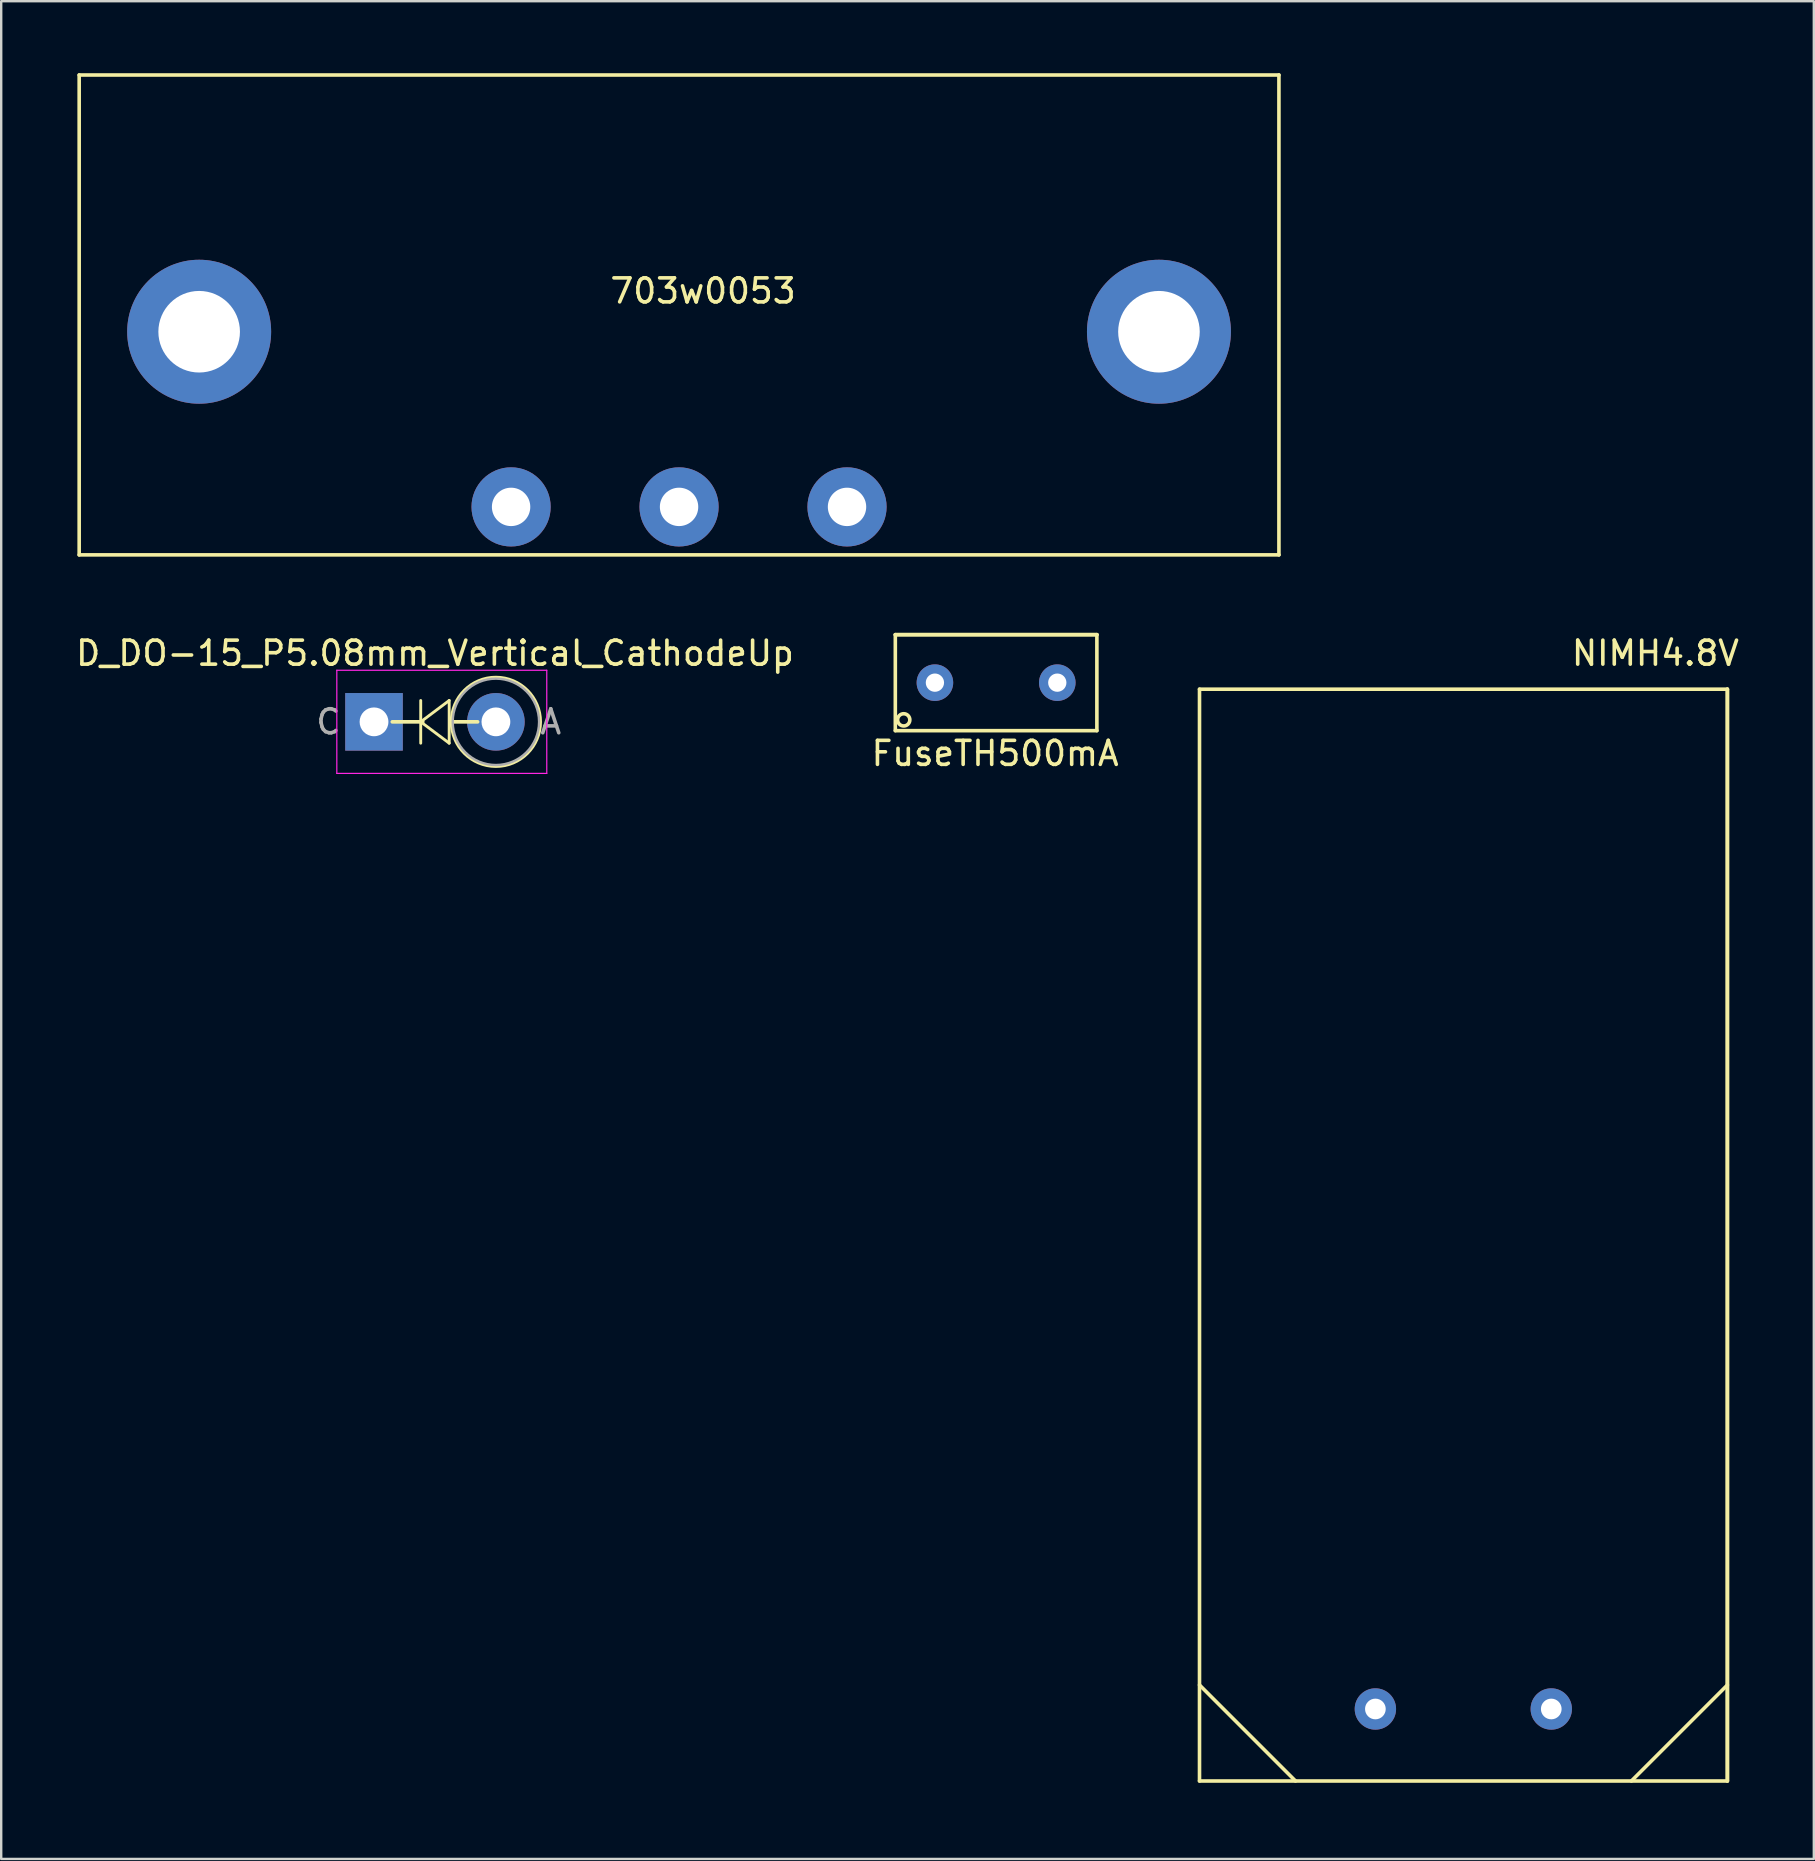
<source format=kicad_pcb>
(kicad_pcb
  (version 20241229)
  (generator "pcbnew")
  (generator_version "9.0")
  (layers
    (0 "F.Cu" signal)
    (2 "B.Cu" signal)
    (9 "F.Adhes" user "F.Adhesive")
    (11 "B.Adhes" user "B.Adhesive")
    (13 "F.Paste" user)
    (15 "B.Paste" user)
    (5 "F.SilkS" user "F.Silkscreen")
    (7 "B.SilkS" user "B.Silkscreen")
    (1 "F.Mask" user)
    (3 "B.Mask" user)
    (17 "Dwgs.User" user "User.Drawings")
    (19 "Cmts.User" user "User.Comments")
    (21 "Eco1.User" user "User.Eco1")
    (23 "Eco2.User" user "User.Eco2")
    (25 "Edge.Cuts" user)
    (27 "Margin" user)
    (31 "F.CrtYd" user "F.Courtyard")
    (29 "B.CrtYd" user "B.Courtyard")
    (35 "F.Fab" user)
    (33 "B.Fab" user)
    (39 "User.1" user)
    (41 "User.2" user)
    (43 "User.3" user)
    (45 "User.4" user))
  (footprint "FuseTH500mA"
    (layer "F.Cu")
    (at 34.263 27.4)
    (property "Reference" "FuseTH500mA" (at 4.16 0.95 0) (layer "F.SilkS") (effects (font (size 1 1) (thickness 0.15))))
    (attr through_hole)
    (fp_line (start 0 -4) (end 0 0) (stroke (width 0.15) (type solid)) (layer "F.SilkS"))
    (fp_line (start 0 -4) (end 8.4 -4) (stroke (width 0.15) (type solid)) (layer "F.SilkS"))
    (fp_line (start 0 0) (end 8.4 0) (stroke (width 0.15) (type solid)) (layer "F.SilkS"))
    (fp_line (start 8.4 -4) (end 0 -4) (stroke (width 0.15) (type solid)) (layer "F.SilkS"))
    (fp_line (start 8.4 -4) (end 8.4 0) (stroke (width 0.15) (type solid)) (layer "F.SilkS"))
    (fp_circle (center 0.35 -0.45) (end 0.6 -0.4) (stroke (width 0.15) (type solid)) (fill no) (layer "F.SilkS"))
    (pad "1" thru_hole circle (at 1.65 -2) (size 1.524 1.524) (drill 0.762) (layers "*.Cu" "*.Mask"))
    (pad "2" thru_hole circle (at 6.75 -2) (size 1.524 1.524) (drill 0.762) (layers "*.Cu" "*.Mask")))
  (footprint "D_DO-15_P5.08mm_Vertical_CathodeUp"
    (layer "F.Cu")
    (at 12.537 27.033)
    (property "Reference" "D_DO-15_P5.08mm_Vertical_CathodeUp" (at 2.54 -2.86 0) (layer "F.SilkS") (effects (font (size 1 1) (thickness 0.15))))
    (attr through_hole)
    (fp_line (start 1.947 -0.889) (end 1.947 0.889) (stroke (width 0.12) (type solid)) (layer "F.SilkS"))
    (fp_line (start 1.947 0) (end 3.133 -0.889) (stroke (width 0.12) (type solid)) (layer "F.SilkS"))
    (fp_line (start 2.032 0) (end 0.762 0) (stroke (width 0.152) (type solid)) (layer "F.SilkS"))
    (fp_line (start 3.133 -0.889) (end 3.133 0.889) (stroke (width 0.12) (type solid)) (layer "F.SilkS"))
    (fp_line (start 3.133 0.889) (end 1.947 0) (stroke (width 0.12) (type solid)) (layer "F.SilkS"))
    (fp_line (start 3.302 0) (end 4.318 0) (stroke (width 0.152) (type solid)) (layer "F.SilkS"))
    (fp_circle (center 5.08 0) (end 6.94 0) (stroke (width 0.12) (type solid)) (fill no) (layer "F.SilkS"))
    (fp_line (start -1.55 -2.15) (end -1.55 2.15) (stroke (width 0.05) (type solid)) (layer "F.CrtYd"))
    (fp_line (start -1.55 2.15) (end 7.2 2.15) (stroke (width 0.05) (type solid)) (layer "F.CrtYd"))
    (fp_line (start 7.2 -2.15) (end -1.55 -2.15) (stroke (width 0.05) (type solid)) (layer "F.CrtYd"))
    (fp_line (start 7.2 2.15) (end 7.2 -2.15) (stroke (width 0.05) (type solid)) (layer "F.CrtYd"))
    (fp_circle (center 5.08 0) (end 6.88 0) (stroke (width 0.1) (type solid)) (fill no) (layer "F.Fab"))
    (fp_text user "C" (at -1.9 0 0) (layer "F.Fab") (effects (font (size 1 1) (thickness 0.15))))
    (fp_text user "A" (at 7.366 0 0) (layer "F.Fab") (effects (font (size 1 1) (thickness 0.15))))
    (pad "1" thru_hole rect (at 0 0) (size 2.4 2.4) (drill 1.2) (layers "*.Cu" "*.Mask"))
    (pad "2" thru_hole oval (at 5.08 0) (size 2.4 2.4) (drill 1.2) (layers "*.Cu" "*.Mask")))
  (footprint "NIMH4.8V"
    (layer "F.Cu")
    (at 46.94 71.173)
    (property "Reference" "NIMH4.8V" (at 19 -47 0) (layer "F.SilkS") (effects (font (size 1 1) (thickness 0.15))))
    (attr through_hole)
    (fp_line (start 0 -4) (end 4 0) (stroke (width 0.15) (type solid)) (layer "F.SilkS"))
    (fp_line (start 0 0) (end 0 -45.5) (stroke (width 0.15) (type solid)) (layer "F.SilkS"))
    (fp_line (start 18 0) (end 22 -4) (stroke (width 0.15) (type solid)) (layer "F.SilkS"))
    (fp_line (start 22 -45.5) (end 0 -45.5) (stroke (width 0.15) (type solid)) (layer "F.SilkS"))
    (fp_line (start 22 -45.5) (end 22 0) (stroke (width 0.15) (type solid)) (layer "F.SilkS"))
    (fp_line (start 22 0) (end 0 0) (stroke (width 0.15) (type solid)) (layer "F.SilkS"))
    (fp_line (start 22 0) (end 22 -45.5) (stroke (width 0.15) (type solid)) (layer "F.SilkS"))
    (pad "1" thru_hole circle (at 7.33 -3) (size 1.724 1.724) (drill 0.862) (layers "*.Cu" "*.Mask"))
    (pad "2" thru_hole circle (at 14.66 -3) (size 1.724 1.724) (drill 0.862) (layers "*.Cu" "*.Mask")))
  (footprint "703w0053"
    (layer "F.Cu")
    (at 0.25 20.075)
    (property "Reference" "703w0053" (at 26 -11 180) (layer "F.SilkS") (effects (font (size 1 1) (thickness 0.15))))
    (attr through_hole)
    (fp_line (start 0 -20) (end 50 -20) (stroke (width 0.15) (type solid)) (layer "F.SilkS"))
    (fp_line (start 0 0) (end 0 -20) (stroke (width 0.15) (type solid)) (layer "F.SilkS"))
    (fp_line (start 0 0) (end 50 0) (stroke (width 0.15) (type solid)) (layer "F.SilkS"))
    (fp_line (start 50 -20) (end 50 0) (stroke (width 0.15) (type solid)) (layer "F.SilkS"))
    (pad "1" thru_hole circle (at 32 -2) (size 3.3 3.3) (drill 1.6) (layers "*.Cu" "*.Mask"))
    (pad "2" thru_hole circle (at 18 -2) (size 3.3 3.3) (drill 1.6) (layers "*.Cu" "*.Mask"))
    (pad "3" thru_hole circle (at 25 -2) (size 3.3 3.3) (drill 1.6) (layers "*.Cu" "*.Mask"))
    (pad "4" thru_hole circle (at 5 -9.3) (size 6 6) (drill 3.4) (layers "*.Cu" "*.Mask"))
    (pad "5" thru_hole circle (at 45 -9.3) (size 6 6) (drill 3.4) (layers "*.Cu" "*.Mask")))
  (gr_rect
    (start -3 -3)
    (end 72.542 74.423)
    (stroke (width 0.1) (type default))
    (fill no)
    (layer "Edge.Cuts")))
</source>
